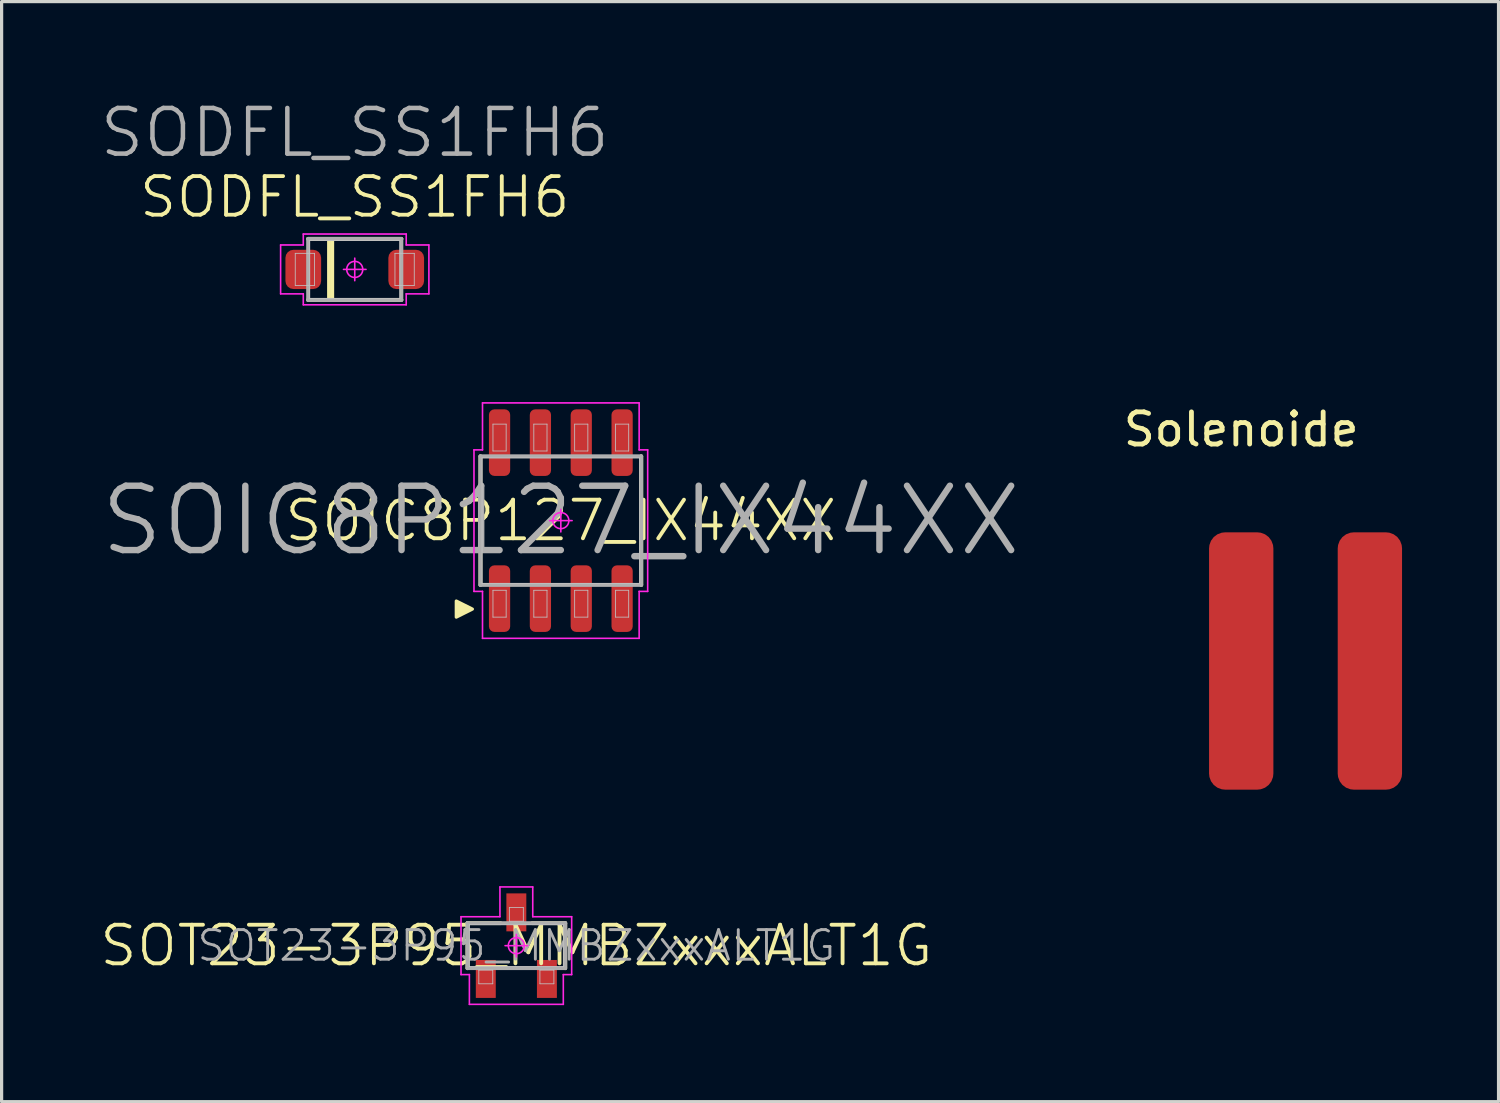
<source format=kicad_pcb>
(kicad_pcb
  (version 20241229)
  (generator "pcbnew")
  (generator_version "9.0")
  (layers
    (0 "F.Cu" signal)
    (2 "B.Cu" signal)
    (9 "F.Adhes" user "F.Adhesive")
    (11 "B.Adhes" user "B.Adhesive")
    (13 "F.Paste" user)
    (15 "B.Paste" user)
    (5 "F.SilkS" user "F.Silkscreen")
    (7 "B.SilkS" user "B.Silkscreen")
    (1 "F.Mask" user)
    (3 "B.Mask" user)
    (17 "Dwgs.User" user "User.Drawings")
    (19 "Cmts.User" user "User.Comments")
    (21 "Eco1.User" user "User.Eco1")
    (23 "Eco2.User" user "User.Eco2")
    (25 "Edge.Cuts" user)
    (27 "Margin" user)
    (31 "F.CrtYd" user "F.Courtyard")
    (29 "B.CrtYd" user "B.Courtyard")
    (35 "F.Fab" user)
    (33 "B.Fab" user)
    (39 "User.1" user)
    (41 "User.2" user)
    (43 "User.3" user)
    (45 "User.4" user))
  (footprint "Solenoide"
    (layer "F.Cu")
    (at 35.539 17.5)
    (property "Reference" "Solenoide" (at 0 -7.2 0) (layer "F.SilkS") (effects (font (size 1 1) (thickness 0.15))))
    (attr through_hole)
    (pad "1" smd roundrect (at 0 0) (size 2 8) (layers "F.Cu" "F.Mask" "F.Paste") (roundrect_rratio 0.25))
    (pad "2" smd roundrect (at 4 0) (size 2 8) (layers "F.Cu" "F.Mask" "F.Paste") (roundrect_rratio 0.25)))
  (footprint "SOT23-3P95_MMBZxxxALT1G"
    (layer "F.Cu")
    (at 13.003 26.35)
    (property "Reference" "SOT23-3P95_MMBZxxxALT1G" (at 0 0 0) (layer "F.SilkS") (effects (font (size 1.2 1.2) (thickness 0.12))))
    (attr smd)
    (fp_line (start -1.52 -0.7) (end -0.49 -0.7) (stroke (width 0.12) (type solid)) (layer "F.SilkS"))
    (fp_line (start -1.52 0.7) (end -1.52 -0.7) (stroke (width 0.12) (type solid)) (layer "F.SilkS"))
    (fp_line (start 1.52 -0.7) (end 0.49 -0.7) (stroke (width 0.12) (type solid)) (layer "F.SilkS"))
    (fp_line (start 1.52 0.7) (end 1.52 -0.7) (stroke (width 0.12) (type solid)) (layer "F.SilkS"))
    (fp_line (start -1.46 -0.65) (end 1.46 -0.65) (stroke (width 0.025) (type solid)) (layer "Dwgs.User"))
    (fp_line (start -1.46 0.65) (end -1.46 -0.65) (stroke (width 0.025) (type solid)) (layer "Dwgs.User"))
    (fp_line (start -1.167 0.76) (end -0.733 0.76) (stroke (width 0.025) (type solid)) (layer "Dwgs.User"))
    (fp_line (start -1.167 1.185) (end -1.167 0.76) (stroke (width 0.025) (type solid)) (layer "Dwgs.User"))
    (fp_line (start -0.733 0.76) (end -0.733 1.185) (stroke (width 0.025) (type solid)) (layer "Dwgs.User"))
    (fp_line (start -0.733 1.185) (end -1.167 1.185) (stroke (width 0.025) (type solid)) (layer "Dwgs.User"))
    (fp_line (start -0.217 -1.185) (end 0.217 -1.185) (stroke (width 0.025) (type solid)) (layer "Dwgs.User"))
    (fp_line (start -0.217 -0.76) (end -0.217 -1.185) (stroke (width 0.025) (type solid)) (layer "Dwgs.User"))
    (fp_line (start 0.217 -1.185) (end 0.217 -0.76) (stroke (width 0.025) (type solid)) (layer "Dwgs.User"))
    (fp_line (start 0.217 -0.76) (end -0.217 -0.76) (stroke (width 0.025) (type solid)) (layer "Dwgs.User"))
    (fp_line (start 0.733 0.76) (end 1.167 0.76) (stroke (width 0.025) (type solid)) (layer "Dwgs.User"))
    (fp_line (start 0.733 1.185) (end 0.733 0.76) (stroke (width 0.025) (type solid)) (layer "Dwgs.User"))
    (fp_line (start 1.167 0.76) (end 1.167 1.185) (stroke (width 0.025) (type solid)) (layer "Dwgs.User"))
    (fp_line (start 1.167 1.185) (end 0.733 1.185) (stroke (width 0.025) (type solid)) (layer "Dwgs.User"))
    (fp_line (start 1.46 -0.65) (end 1.46 0.65) (stroke (width 0.025) (type solid)) (layer "Dwgs.User"))
    (fp_line (start 1.46 0.65) (end -1.46 0.65) (stroke (width 0.025) (type solid)) (layer "Dwgs.User"))
    (fp_line (start -1.72 -0.9) (end -1.72 0.9) (stroke (width 0.05) (type solid)) (layer "F.CrtYd"))
    (fp_line (start -1.72 0.9) (end -1.46 0.9) (stroke (width 0.05) (type solid)) (layer "F.CrtYd"))
    (fp_line (start -1.46 0.9) (end -1.46 1.825) (stroke (width 0.05) (type solid)) (layer "F.CrtYd"))
    (fp_line (start -1.46 1.825) (end 1.46 1.825) (stroke (width 0.05) (type solid)) (layer "F.CrtYd"))
    (fp_line (start -0.51 -1.825) (end -0.51 -0.9) (stroke (width 0.05) (type solid)) (layer "F.CrtYd"))
    (fp_line (start -0.51 -0.9) (end -1.72 -0.9) (stroke (width 0.05) (type solid)) (layer "F.CrtYd"))
    (fp_line (start -0.35 0) (end 0.35 0) (stroke (width 0.05) (type solid)) (layer "F.CrtYd"))
    (fp_line (start 0 -0.35) (end 0 0.35) (stroke (width 0.05) (type solid)) (layer "F.CrtYd"))
    (fp_line (start 0.51 -1.825) (end -0.51 -1.825) (stroke (width 0.05) (type solid)) (layer "F.CrtYd"))
    (fp_line (start 0.51 -0.9) (end 0.51 -1.825) (stroke (width 0.05) (type solid)) (layer "F.CrtYd"))
    (fp_line (start 1.46 0.9) (end 1.72 0.9) (stroke (width 0.05) (type solid)) (layer "F.CrtYd"))
    (fp_line (start 1.46 1.825) (end 1.46 0.9) (stroke (width 0.05) (type solid)) (layer "F.CrtYd"))
    (fp_line (start 1.72 -0.9) (end 0.51 -0.9) (stroke (width 0.05) (type solid)) (layer "F.CrtYd"))
    (fp_line (start 1.72 0.9) (end 1.72 -0.9) (stroke (width 0.05) (type solid)) (layer "F.CrtYd"))
    (fp_circle (center 0 0) (end 0 0.25) (stroke (width 0.05) (type solid)) (fill no) (layer "F.CrtYd"))
    (fp_line (start -1.52 -0.7) (end 1.52 -0.7) (stroke (width 0.12) (type solid)) (layer "F.Fab"))
    (fp_line (start -1.52 0.7) (end -1.52 -0.7) (stroke (width 0.12) (type solid)) (layer "F.Fab"))
    (fp_line (start 1.52 -0.7) (end 1.52 0.7) (stroke (width 0.12) (type solid)) (layer "F.Fab"))
    (fp_line (start 1.52 0.7) (end -1.52 0.7) (stroke (width 0.12) (type solid)) (layer "F.Fab"))
    (fp_text user "${REFERENCE}" (at 0 0 0) (layer "F.Fab") (effects (font (size 0.92 0.92) (thickness 0.09))))
    (pad "1" smd rect (at -0.95 1.035 90) (size 1.18 0.62) (layers "F.Cu" "F.Mask" "F.Paste"))
    (pad "2" smd rect (at 0.95 1.035 90) (size 1.18 0.62) (layers "F.Cu" "F.Mask" "F.Paste"))
    (pad "3" smd rect (at 0 -1.035 90) (size 1.18 0.62) (layers "F.Cu" "F.Mask" "F.Paste")))
  (footprint "SODFL_SS1FH6"
    (layer "F.Cu")
    (at 7.979 5.326)
    (property "Reference" "SODFL_SS1FH6" (at 0 -2.25 0) (layer "F.SilkS") (effects (font (size 1.2 1.2) (thickness 0.12))))
    (attr smd)
    (fp_line (start -1.45 -0.95) (end 1.45 -0.95) (stroke (width 0.12) (type solid)) (layer "F.SilkS"))
    (fp_line (start -0.8 -0.9) (end -0.8 0.9) (stroke (width 0.12) (type solid)) (layer "F.SilkS"))
    (fp_line (start -0.7 -0.9) (end -0.7 0.9) (stroke (width 0.12) (type solid)) (layer "F.SilkS"))
    (fp_line (start 1.45 0.95) (end -1.45 0.95) (stroke (width 0.12) (type solid)) (layer "F.SilkS"))
    (fp_line (start -1.85 -0.5) (end -1.25 -0.5) (stroke (width 0.025) (type solid)) (layer "Dwgs.User"))
    (fp_line (start -1.85 0.5) (end -1.85 -0.5) (stroke (width 0.025) (type solid)) (layer "Dwgs.User"))
    (fp_line (start -1.4 -0.9) (end 1.4 -0.9) (stroke (width 0.025) (type solid)) (layer "Dwgs.User"))
    (fp_line (start -1.4 0.9) (end -1.4 -0.9) (stroke (width 0.025) (type solid)) (layer "Dwgs.User"))
    (fp_line (start -1.25 -0.5) (end -1.25 0.5) (stroke (width 0.025) (type solid)) (layer "Dwgs.User"))
    (fp_line (start -1.25 0.5) (end -1.85 0.5) (stroke (width 0.025) (type solid)) (layer "Dwgs.User"))
    (fp_line (start 1.25 -0.5) (end 1.85 -0.5) (stroke (width 0.025) (type solid)) (layer "Dwgs.User"))
    (fp_line (start 1.25 0.5) (end 1.25 -0.5) (stroke (width 0.025) (type solid)) (layer "Dwgs.User"))
    (fp_line (start 1.4 -0.9) (end 1.4 0.9) (stroke (width 0.025) (type solid)) (layer "Dwgs.User"))
    (fp_line (start 1.4 0.9) (end -1.4 0.9) (stroke (width 0.025) (type solid)) (layer "Dwgs.User"))
    (fp_line (start 1.85 -0.5) (end 1.85 0.5) (stroke (width 0.025) (type solid)) (layer "Dwgs.User"))
    (fp_line (start 1.85 0.5) (end 1.25 0.5) (stroke (width 0.025) (type solid)) (layer "Dwgs.User"))
    (fp_line (start -2.305 -0.76) (end -2.305 0.76) (stroke (width 0.05) (type solid)) (layer "F.CrtYd"))
    (fp_line (start -2.305 0.76) (end -1.6 0.76) (stroke (width 0.05) (type solid)) (layer "F.CrtYd"))
    (fp_line (start -1.6 -1.1) (end -1.6 -0.76) (stroke (width 0.05) (type solid)) (layer "F.CrtYd"))
    (fp_line (start -1.6 -0.76) (end -2.305 -0.76) (stroke (width 0.05) (type solid)) (layer "F.CrtYd"))
    (fp_line (start -1.6 0.76) (end -1.6 1.1) (stroke (width 0.05) (type solid)) (layer "F.CrtYd"))
    (fp_line (start -1.6 1.1) (end 1.6 1.1) (stroke (width 0.05) (type solid)) (layer "F.CrtYd"))
    (fp_line (start 0 -0.35) (end 0 0.35) (stroke (width 0.05) (type solid)) (layer "F.CrtYd"))
    (fp_line (start 0.35 0) (end -0.35 0) (stroke (width 0.05) (type solid)) (layer "F.CrtYd"))
    (fp_line (start 1.6 -1.1) (end -1.6 -1.1) (stroke (width 0.05) (type solid)) (layer "F.CrtYd"))
    (fp_line (start 1.6 -0.76) (end 1.6 -1.1) (stroke (width 0.05) (type solid)) (layer "F.CrtYd"))
    (fp_line (start 1.6 0.76) (end 2.305 0.76) (stroke (width 0.05) (type solid)) (layer "F.CrtYd"))
    (fp_line (start 1.6 1.1) (end 1.6 0.76) (stroke (width 0.05) (type solid)) (layer "F.CrtYd"))
    (fp_line (start 2.305 -0.76) (end 1.6 -0.76) (stroke (width 0.05) (type solid)) (layer "F.CrtYd"))
    (fp_line (start 2.305 0.76) (end 2.305 -0.76) (stroke (width 0.05) (type solid)) (layer "F.CrtYd"))
    (fp_circle (center 0 0) (end 0 0.25) (stroke (width 0.05) (type solid)) (fill no) (layer "F.CrtYd"))
    (fp_line (start -1.45 -0.95) (end 1.45 -0.95) (stroke (width 0.12) (type solid)) (layer "F.Fab"))
    (fp_line (start -1.45 0.95) (end -1.45 -0.95) (stroke (width 0.12) (type solid)) (layer "F.Fab"))
    (fp_line (start 1.45 -0.95) (end 1.45 0.95) (stroke (width 0.12) (type solid)) (layer "F.Fab"))
    (fp_line (start 1.45 0.95) (end -1.45 0.95) (stroke (width 0.12) (type solid)) (layer "F.Fab"))
    (fp_text user "${REFERENCE}" (at 0 -4.25 0) (layer "F.Fab") (effects (font (size 1.42 1.42) (thickness 0.14))))
    (pad "A" smd roundrect (at 1.6 0) (size 1.11 1.22) (layers "F.Cu" "F.Mask" "F.Paste") (roundrect_rratio 0.225))
    (pad "C" smd roundrect (at -1.6 0) (size 1.11 1.22) (layers "F.Cu" "F.Mask" "F.Paste") (roundrect_rratio 0.225)))
  (footprint "SOIC8P127_IX44XX"
    (layer "F.Cu")
    (at 14.386 13.136)
    (property "Reference" "SOIC8P127_IX44XX" (at 0 0 0) (layer "F.SilkS") (effects (font (size 1.2 1.2) (thickness 0.12))))
    (attr smd)
    (fp_line (start -2.5 2) (end -2.5 -2) (stroke (width 0.12) (type solid)) (layer "F.SilkS"))
    (fp_line (start 2.5 2) (end 2.5 -2) (stroke (width 0.12) (type solid)) (layer "F.SilkS"))
    (fp_poly (pts (xy -2.75 2.75) (xy -3.25 2.5) (xy -3.25 3)) (stroke (width 0.1) (type solid)) (fill yes) (layer "F.SilkS"))
    (fp_line (start -2.45 -1.95) (end 2.45 -1.95) (stroke (width 0.025) (type solid)) (layer "Dwgs.User"))
    (fp_line (start -2.45 1.95) (end -2.45 -1.95) (stroke (width 0.025) (type solid)) (layer "Dwgs.User"))
    (fp_line (start -2.11 -3) (end -1.7 -3) (stroke (width 0.025) (type solid)) (layer "Dwgs.User"))
    (fp_line (start -2.11 -2.165) (end -2.11 -3) (stroke (width 0.025) (type solid)) (layer "Dwgs.User"))
    (fp_line (start -2.11 2.165) (end -1.7 2.165) (stroke (width 0.025) (type solid)) (layer "Dwgs.User"))
    (fp_line (start -2.11 3) (end -2.11 2.165) (stroke (width 0.025) (type solid)) (layer "Dwgs.User"))
    (fp_line (start -1.7 -3) (end -1.7 -2.165) (stroke (width 0.025) (type solid)) (layer "Dwgs.User"))
    (fp_line (start -1.7 -2.165) (end -2.11 -2.165) (stroke (width 0.025) (type solid)) (layer "Dwgs.User"))
    (fp_line (start -1.7 2.165) (end -1.7 3) (stroke (width 0.025) (type solid)) (layer "Dwgs.User"))
    (fp_line (start -1.7 3) (end -2.11 3) (stroke (width 0.025) (type solid)) (layer "Dwgs.User"))
    (fp_line (start -0.84 -3) (end -0.43 -3) (stroke (width 0.025) (type solid)) (layer "Dwgs.User"))
    (fp_line (start -0.84 -2.165) (end -0.84 -3) (stroke (width 0.025) (type solid)) (layer "Dwgs.User"))
    (fp_line (start -0.84 2.165) (end -0.43 2.165) (stroke (width 0.025) (type solid)) (layer "Dwgs.User"))
    (fp_line (start -0.84 3) (end -0.84 2.165) (stroke (width 0.025) (type solid)) (layer "Dwgs.User"))
    (fp_line (start -0.43 -3) (end -0.43 -2.165) (stroke (width 0.025) (type solid)) (layer "Dwgs.User"))
    (fp_line (start -0.43 -2.165) (end -0.84 -2.165) (stroke (width 0.025) (type solid)) (layer "Dwgs.User"))
    (fp_line (start -0.43 2.165) (end -0.43 3) (stroke (width 0.025) (type solid)) (layer "Dwgs.User"))
    (fp_line (start -0.43 3) (end -0.84 3) (stroke (width 0.025) (type solid)) (layer "Dwgs.User"))
    (fp_line (start 0.43 -3) (end 0.84 -3) (stroke (width 0.025) (type solid)) (layer "Dwgs.User"))
    (fp_line (start 0.43 -2.165) (end 0.43 -3) (stroke (width 0.025) (type solid)) (layer "Dwgs.User"))
    (fp_line (start 0.43 2.165) (end 0.84 2.165) (stroke (width 0.025) (type solid)) (layer "Dwgs.User"))
    (fp_line (start 0.43 3) (end 0.43 2.165) (stroke (width 0.025) (type solid)) (layer "Dwgs.User"))
    (fp_line (start 0.84 -3) (end 0.84 -2.165) (stroke (width 0.025) (type solid)) (layer "Dwgs.User"))
    (fp_line (start 0.84 -2.165) (end 0.43 -2.165) (stroke (width 0.025) (type solid)) (layer "Dwgs.User"))
    (fp_line (start 0.84 2.165) (end 0.84 3) (stroke (width 0.025) (type solid)) (layer "Dwgs.User"))
    (fp_line (start 0.84 3) (end 0.43 3) (stroke (width 0.025) (type solid)) (layer "Dwgs.User"))
    (fp_line (start 1.7 -3) (end 2.11 -3) (stroke (width 0.025) (type solid)) (layer "Dwgs.User"))
    (fp_line (start 1.7 -2.165) (end 1.7 -3) (stroke (width 0.025) (type solid)) (layer "Dwgs.User"))
    (fp_line (start 1.7 2.165) (end 2.11 2.165) (stroke (width 0.025) (type solid)) (layer "Dwgs.User"))
    (fp_line (start 1.7 3) (end 1.7 2.165) (stroke (width 0.025) (type solid)) (layer "Dwgs.User"))
    (fp_line (start 2.11 -3) (end 2.11 -2.165) (stroke (width 0.025) (type solid)) (layer "Dwgs.User"))
    (fp_line (start 2.11 -2.165) (end 1.7 -2.165) (stroke (width 0.025) (type solid)) (layer "Dwgs.User"))
    (fp_line (start 2.11 2.165) (end 2.11 3) (stroke (width 0.025) (type solid)) (layer "Dwgs.User"))
    (fp_line (start 2.11 3) (end 1.7 3) (stroke (width 0.025) (type solid)) (layer "Dwgs.User"))
    (fp_line (start 2.45 -1.95) (end 2.45 1.95) (stroke (width 0.025) (type solid)) (layer "Dwgs.User"))
    (fp_line (start 2.45 1.95) (end -2.45 1.95) (stroke (width 0.025) (type solid)) (layer "Dwgs.User"))
    (fp_line (start -2.7 -2.2) (end -2.7 2.2) (stroke (width 0.05) (type solid)) (layer "F.CrtYd"))
    (fp_line (start -2.7 2.2) (end -2.435 2.2) (stroke (width 0.05) (type solid)) (layer "F.CrtYd"))
    (fp_line (start -2.435 -3.66) (end -2.435 -2.2) (stroke (width 0.05) (type solid)) (layer "F.CrtYd"))
    (fp_line (start -2.435 -2.2) (end -2.7 -2.2) (stroke (width 0.05) (type solid)) (layer "F.CrtYd"))
    (fp_line (start -2.435 2.2) (end -2.435 3.66) (stroke (width 0.05) (type solid)) (layer "F.CrtYd"))
    (fp_line (start -2.435 3.66) (end 2.435 3.66) (stroke (width 0.05) (type solid)) (layer "F.CrtYd"))
    (fp_line (start -0.35 0) (end 0.35 0) (stroke (width 0.05) (type solid)) (layer "F.CrtYd"))
    (fp_line (start 0 -0.35) (end 0 0.35) (stroke (width 0.05) (type solid)) (layer "F.CrtYd"))
    (fp_line (start 2.435 -3.66) (end -2.435 -3.66) (stroke (width 0.05) (type solid)) (layer "F.CrtYd"))
    (fp_line (start 2.435 -2.2) (end 2.435 -3.66) (stroke (width 0.05) (type solid)) (layer "F.CrtYd"))
    (fp_line (start 2.435 2.2) (end 2.7 2.2) (stroke (width 0.05) (type solid)) (layer "F.CrtYd"))
    (fp_line (start 2.435 3.66) (end 2.435 2.2) (stroke (width 0.05) (type solid)) (layer "F.CrtYd"))
    (fp_line (start 2.7 -2.2) (end 2.435 -2.2) (stroke (width 0.05) (type solid)) (layer "F.CrtYd"))
    (fp_line (start 2.7 2.2) (end 2.7 -2.2) (stroke (width 0.05) (type solid)) (layer "F.CrtYd"))
    (fp_circle (center 0 0) (end 0 0.25) (stroke (width 0.05) (type solid)) (fill no) (layer "F.CrtYd"))
    (fp_line (start -2.5 -2) (end 2.5 -2) (stroke (width 0.12) (type solid)) (layer "F.Fab"))
    (fp_line (start -2.5 2) (end -2.5 -2) (stroke (width 0.12) (type solid)) (layer "F.Fab"))
    (fp_line (start 2.5 -2) (end 2.5 2) (stroke (width 0.12) (type solid)) (layer "F.Fab"))
    (fp_line (start 2.5 2) (end -2.5 2) (stroke (width 0.12) (type solid)) (layer "F.Fab"))
    (fp_text user "${REFERENCE}" (at 0 0 0) (layer "F.Fab") (effects (font (size 2 2) (thickness 0.2))))
    (pad "1" smd roundrect (at -1.905 2.425 90) (size 2.07 0.66) (layers "F.Cu" "F.Mask" "F.Paste") (roundrect_rratio 0.258))
    (pad "2" smd roundrect (at -0.635 2.425 90) (size 2.07 0.66) (layers "F.Cu" "F.Mask" "F.Paste") (roundrect_rratio 0.258))
    (pad "3" smd roundrect (at 0.635 2.425 90) (size 2.07 0.66) (layers "F.Cu" "F.Mask" "F.Paste") (roundrect_rratio 0.258))
    (pad "4" smd roundrect (at 1.905 2.425 90) (size 2.07 0.66) (layers "F.Cu" "F.Mask" "F.Paste") (roundrect_rratio 0.258))
    (pad "5" smd roundrect (at 1.905 -2.425 90) (size 2.07 0.66) (layers "F.Cu" "F.Mask" "F.Paste") (roundrect_rratio 0.258))
    (pad "6" smd roundrect (at 0.635 -2.425 90) (size 2.07 0.66) (layers "F.Cu" "F.Mask" "F.Paste") (roundrect_rratio 0.258))
    (pad "7" smd roundrect (at -0.635 -2.425 90) (size 2.07 0.66) (layers "F.Cu" "F.Mask" "F.Paste") (roundrect_rratio 0.258))
    (pad "8" smd roundrect (at -1.905 -2.425 90) (size 2.07 0.66) (layers "F.Cu" "F.Mask" "F.Paste") (roundrect_rratio 0.258)))
  (gr_rect
    (start -3 -3)
    (end 43.539 31.2)
    (stroke (width 0.1) (type default))
    (fill no)
    (layer "Edge.Cuts")))
</source>
